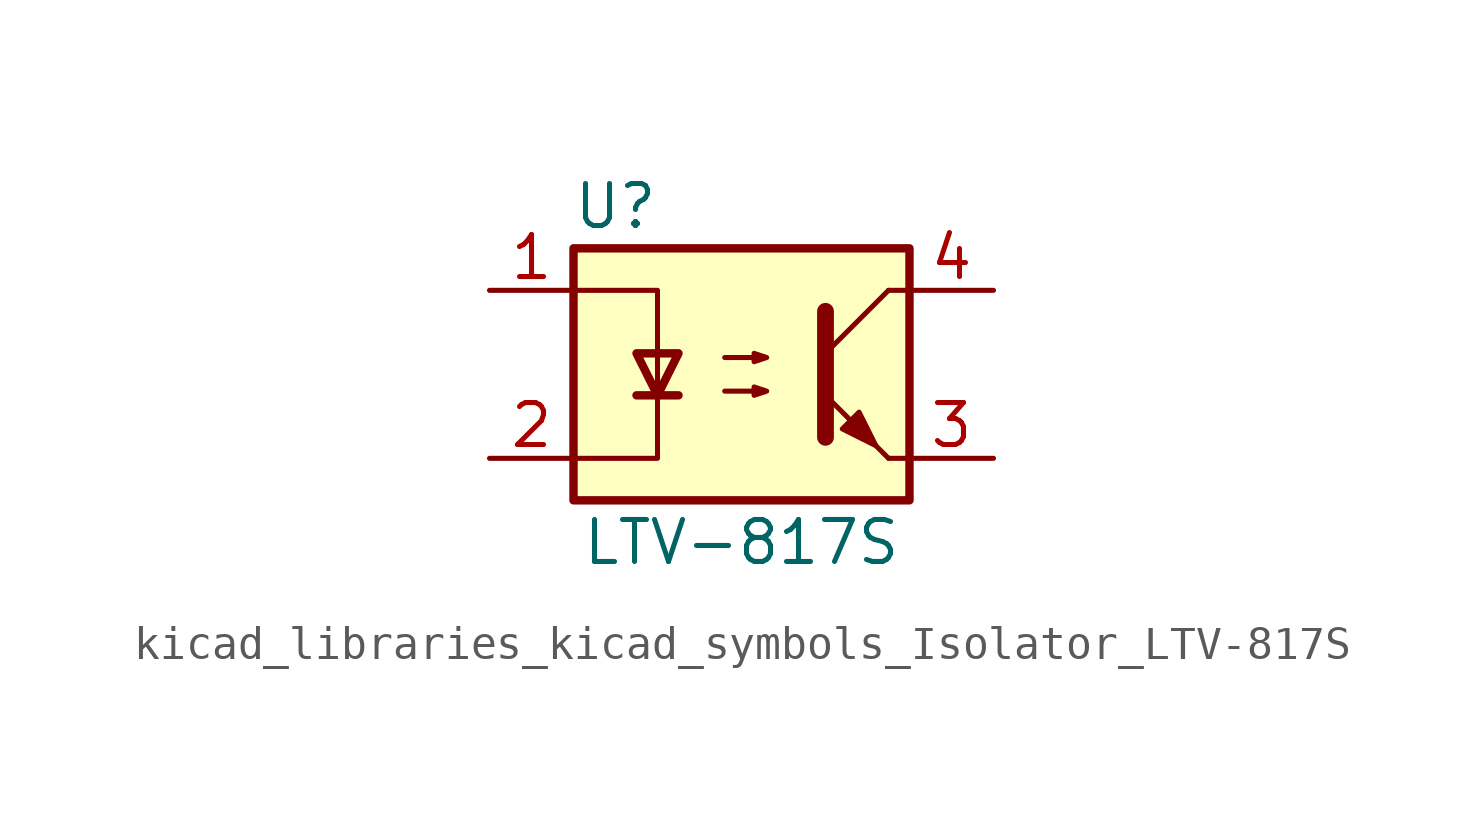
<source format=kicad_sym>
(kicad_symbol_lib
  (version 20220914)
  (generator kicad_symbol_editor)
  (symbol "kicad_libraries_kicad_symbols_Isolator_LTV-817S"
    (pin_names
      (offset 1.016))
    (property "Reference" "U"
      (at -3.81 5.08 0)
      (effects (font (size 1.27 1.27))))
    (property "Value" "LTV-817S"
      (at 0 -5.08 0)
      (effects (font (size 1.27 1.27))))
    (symbol "kicad_libraries_kicad_symbols_Isolator_LTV-817S_1_1"
      (rectangle (start -5.08 3.81) (end 5.08 -3.81) (stroke (width 0.254) (type default)) (fill (type background)))
      (polyline (pts (xy -3.175 -0.635) (xy -1.905 -0.635)) (stroke (width 0.254) (type default)) (fill (type none)))
      (polyline (pts (xy 2.54 0.635) (xy 4.445 2.54)) (stroke (width 0) (type default)) (fill (type none)))
      (polyline (pts (xy 4.445 -2.54) (xy 2.54 -0.635)) (stroke (width 0) (type default)) (fill (type outline)))
      (polyline (pts (xy 4.445 -2.54) (xy 5.08 -2.54)) (stroke (width 0) (type default)) (fill (type none)))
      (polyline (pts (xy 4.445 2.54) (xy 5.08 2.54)) (stroke (width 0) (type default)) (fill (type none)))
      (polyline (pts (xy -5.08 2.54) (xy -2.54 2.54) (xy -2.54 -0.762)) (stroke (width 0) (type default)) (fill (type none)))
      (polyline (pts (xy -2.54 -0.635) (xy -2.54 -2.54) (xy -5.08 -2.54)) (stroke (width 0) (type default)) (fill (type none)))
      (polyline (pts (xy 2.54 1.905) (xy 2.54 -1.905) (xy 2.54 -1.905)) (stroke (width 0.508) (type default)) (fill (type none)))
      (polyline (pts (xy -2.54 -0.635) (xy -3.175 0.635) (xy -1.905 0.635) (xy -2.54 -0.635)) (stroke (width 0.254) (type default)) (fill (type none)))
      (polyline (pts (xy -0.508 -0.508) (xy 0.762 -0.508) (xy 0.381 -0.635) (xy 0.381 -0.381) (xy 0.762 -0.508)) (stroke (width 0) (type default)) (fill (type none)))
      (polyline (pts (xy -0.508 0.508) (xy 0.762 0.508) (xy 0.381 0.381) (xy 0.381 0.635) (xy 0.762 0.508)) (stroke (width 0) (type default)) (fill (type none)))
      (polyline (pts (xy 3.048 -1.651) (xy 3.556 -1.143) (xy 4.064 -2.159) (xy 3.048 -1.651) (xy 3.048 -1.651)) (stroke (width 0) (type default)) (fill (type outline)))
      (pin passive line (at -7.62 2.54 0) (length 2.54) (name "~" (effects (font (size 1.27 1.27)))) (number "1" (effects (font (size 1.27 1.27)))))
      (pin passive line (at -7.62 -2.54 0) (length 2.54) (name "~" (effects (font (size 1.27 1.27)))) (number "2" (effects (font (size 1.27 1.27)))))
      (pin passive line (at 7.62 -2.54 180) (length 2.54) (name "~" (effects (font (size 1.27 1.27)))) (number "3" (effects (font (size 1.27 1.27)))))
      (pin passive line (at 7.62 2.54 180) (length 2.54) (name "~" (effects (font (size 1.27 1.27)))) (number "4" (effects (font (size 1.27 1.27))))))))
</source>
